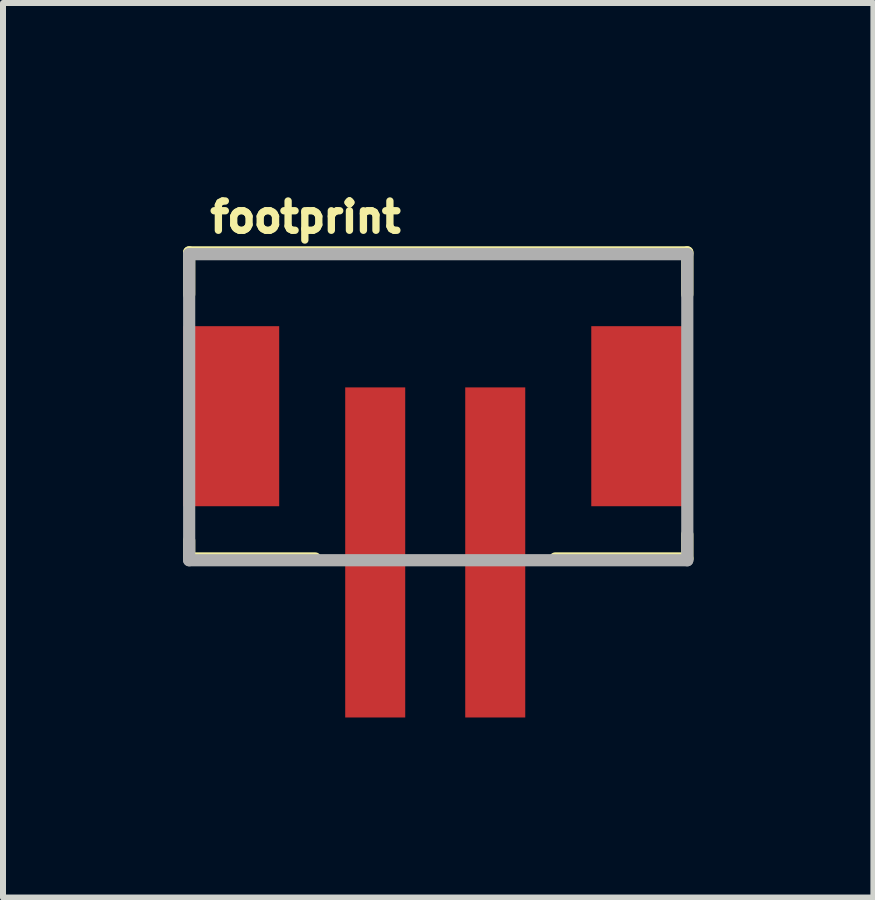
<source format=kicad_pcb>
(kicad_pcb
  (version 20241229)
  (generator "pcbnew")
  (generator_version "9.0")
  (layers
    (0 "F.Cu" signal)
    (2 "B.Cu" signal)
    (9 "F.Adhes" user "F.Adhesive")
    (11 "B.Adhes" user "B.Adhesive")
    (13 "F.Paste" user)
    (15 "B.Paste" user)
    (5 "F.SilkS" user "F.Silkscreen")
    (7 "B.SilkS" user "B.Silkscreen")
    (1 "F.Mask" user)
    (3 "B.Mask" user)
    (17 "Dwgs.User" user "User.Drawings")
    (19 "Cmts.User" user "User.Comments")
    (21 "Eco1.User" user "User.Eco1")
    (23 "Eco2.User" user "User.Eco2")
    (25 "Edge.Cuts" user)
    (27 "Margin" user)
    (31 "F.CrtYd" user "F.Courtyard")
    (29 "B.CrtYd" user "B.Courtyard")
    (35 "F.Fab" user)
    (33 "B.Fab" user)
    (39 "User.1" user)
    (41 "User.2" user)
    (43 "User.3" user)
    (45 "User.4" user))
  (footprint "footprint"
    (layer "F.Cu")
    (at 4.202 4.155)
    (property "Reference" "footprint" (at -3.81 -3.302 0) (layer "F.SilkS") (effects (font (size 0.488 0.488) (thickness 0.122)) (justify left bottom)))
    (fp_line (start -4.1 -3) (end -4.1 -2.3) (stroke (width 0.203) (type solid)) (layer "F.SilkS"))
    (fp_line (start -4.1 -3) (end 4.2 -3) (stroke (width 0.203) (type solid)) (layer "F.SilkS"))
    (fp_line (start -4.1 2.1) (end -4.1 1.8) (stroke (width 0.203) (type solid)) (layer "F.SilkS"))
    (fp_line (start -2 2.1) (end -4.1 2.1) (stroke (width 0.203) (type solid)) (layer "F.SilkS"))
    (fp_line (start 2 2.1) (end 4.2 2.1) (stroke (width 0.203) (type solid)) (layer "F.SilkS"))
    (fp_line (start 4.2 -3) (end 4.2 -2.3) (stroke (width 0.203) (type solid)) (layer "F.SilkS"))
    (fp_line (start 4.2 2.1) (end 4.2 1.7) (stroke (width 0.203) (type solid)) (layer "F.SilkS"))
    (fp_line (start -4.1 -2.97) (end 4.2 -2.97) (stroke (width 0.203) (type solid)) (layer "F.Fab"))
    (fp_line (start -4.1 2.13) (end -4.1 -2.97) (stroke (width 0.203) (type solid)) (layer "F.Fab"))
    (fp_line (start 4.2 -2.97) (end 4.2 2.13) (stroke (width 0.203) (type solid)) (layer "F.Fab"))
    (fp_line (start 4.2 2.13) (end -4.1 2.13) (stroke (width 0.203) (type solid)) (layer "F.Fab"))
    (pad "GND" smd rect (at 1 2) (size 1 5.5) (layers "F.Cu" "F.Mask" "F.Paste"))
    (pad "P$1" smd rect (at -3.4 -0.27 90) (size 3 1.6) (layers "F.Cu" "F.Mask" "F.Paste"))
    (pad "P$2" smd rect (at 3.4 -0.27 90) (size 3 1.6) (layers "F.Cu" "F.Mask" "F.Paste"))
    (pad "VCC" smd rect (at -1 2) (size 1 5.5) (layers "F.Cu" "F.Mask" "F.Paste")))
  (gr_rect
    (start -3 -3)
    (end 11.503 11.905)
    (stroke (width 0.1) (type default))
    (fill no)
    (layer "Edge.Cuts")))
</source>
